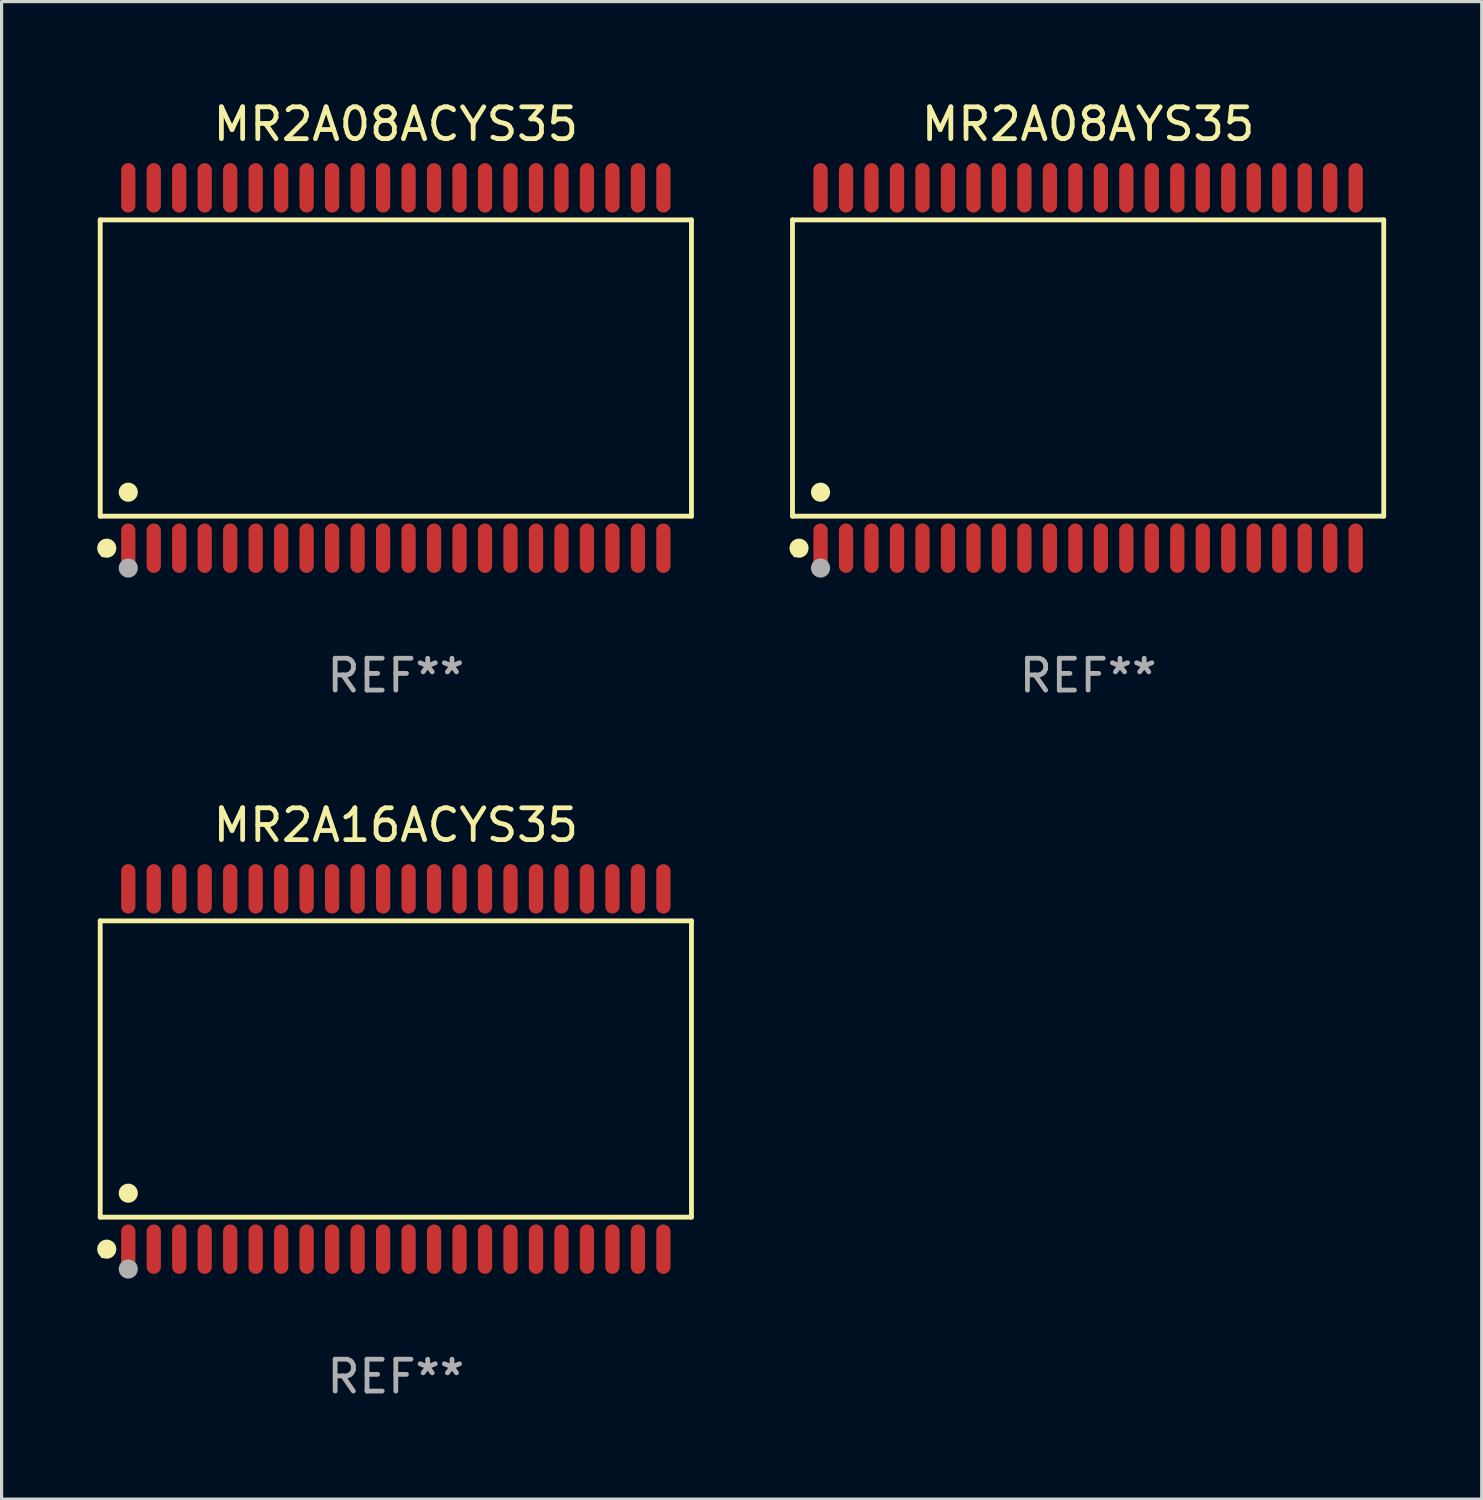
<source format=kicad_pcb>
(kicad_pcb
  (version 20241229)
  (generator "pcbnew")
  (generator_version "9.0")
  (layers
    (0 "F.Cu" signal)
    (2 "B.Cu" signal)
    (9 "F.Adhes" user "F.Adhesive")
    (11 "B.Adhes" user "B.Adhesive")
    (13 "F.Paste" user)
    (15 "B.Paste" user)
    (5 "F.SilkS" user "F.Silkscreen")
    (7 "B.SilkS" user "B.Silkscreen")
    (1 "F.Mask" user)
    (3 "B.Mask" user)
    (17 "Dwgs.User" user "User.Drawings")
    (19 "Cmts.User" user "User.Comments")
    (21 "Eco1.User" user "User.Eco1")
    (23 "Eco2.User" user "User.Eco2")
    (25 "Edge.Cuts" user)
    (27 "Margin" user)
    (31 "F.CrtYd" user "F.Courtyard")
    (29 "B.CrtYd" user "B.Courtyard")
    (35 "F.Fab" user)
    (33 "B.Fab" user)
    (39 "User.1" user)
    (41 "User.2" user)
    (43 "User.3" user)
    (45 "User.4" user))
  (footprint "MR2A08ACYS35"
    (layer "F.Cu")
    (at 9.377 8.504)
    (property "Reference" "MR2A08ACYS35" (at 0 -7.656 0) (layer "F.SilkS") (effects (font (size 1 1) (thickness 0.15))))
    (attr through_hole)
    (fp_line (start -9.281 -4.651) (end 9.281 -4.651) (stroke (width 0.152) (type solid)) (layer "F.SilkS"))
    (fp_line (start -9.281 4.651) (end -9.281 -4.651) (stroke (width 0.152) (type solid)) (layer "F.SilkS"))
    (fp_line (start 9.281 -4.651) (end 9.281 4.651) (stroke (width 0.152) (type solid)) (layer "F.SilkS"))
    (fp_line (start 9.281 4.651) (end -9.281 4.651) (stroke (width 0.152) (type solid)) (layer "F.SilkS"))
    (fp_circle (center -9.205 5.88) (end -9.175 5.88) (stroke (width 0.06) (type solid)) (fill no) (layer "F.SilkS"))
    (fp_circle (center -9.076 5.656) (end -8.926 5.656) (stroke (width 0.3) (type solid)) (fill no) (layer "F.SilkS"))
    (fp_circle (center -8.4 3.899) (end -8.25 3.899) (stroke (width 0.3) (type solid)) (fill no) (layer "F.SilkS"))
    (fp_circle (center -8.4 6.28) (end -8.25 6.28) (stroke (width 0.3) (type solid)) (fill no) (layer "F.Fab"))
    (fp_text user "REF**" (at 0 9.656 0) (layer "F.Fab") (effects (font (size 1 1) (thickness 0.15))))
    (pad "1" smd oval (at -8.4 5.656) (size 0.448 1.551) (layers "F.Cu" "F.Mask" "F.Paste"))
    (pad "2" smd oval (at -7.6 5.656) (size 0.448 1.551) (layers "F.Cu" "F.Mask" "F.Paste"))
    (pad "3" smd oval (at -6.8 5.656) (size 0.448 1.551) (layers "F.Cu" "F.Mask" "F.Paste"))
    (pad "4" smd oval (at -6 5.656) (size 0.448 1.551) (layers "F.Cu" "F.Mask" "F.Paste"))
    (pad "5" smd oval (at -5.2 5.656) (size 0.448 1.551) (layers "F.Cu" "F.Mask" "F.Paste"))
    (pad "6" smd oval (at -4.4 5.656) (size 0.448 1.551) (layers "F.Cu" "F.Mask" "F.Paste"))
    (pad "7" smd oval (at -3.6 5.656) (size 0.448 1.551) (layers "F.Cu" "F.Mask" "F.Paste"))
    (pad "8" smd oval (at -2.8 5.656) (size 0.448 1.551) (layers "F.Cu" "F.Mask" "F.Paste"))
    (pad "9" smd oval (at -2 5.656) (size 0.448 1.551) (layers "F.Cu" "F.Mask" "F.Paste"))
    (pad "10" smd oval (at -1.2 5.656) (size 0.448 1.551) (layers "F.Cu" "F.Mask" "F.Paste"))
    (pad "11" smd oval (at -0.4 5.656) (size 0.448 1.551) (layers "F.Cu" "F.Mask" "F.Paste"))
    (pad "12" smd oval (at 0.4 5.656) (size 0.448 1.551) (layers "F.Cu" "F.Mask" "F.Paste"))
    (pad "13" smd oval (at 1.2 5.656) (size 0.448 1.551) (layers "F.Cu" "F.Mask" "F.Paste"))
    (pad "14" smd oval (at 2 5.656) (size 0.448 1.551) (layers "F.Cu" "F.Mask" "F.Paste"))
    (pad "15" smd oval (at 2.8 5.656) (size 0.448 1.551) (layers "F.Cu" "F.Mask" "F.Paste"))
    (pad "16" smd oval (at 3.6 5.656) (size 0.448 1.551) (layers "F.Cu" "F.Mask" "F.Paste"))
    (pad "17" smd oval (at 4.4 5.656) (size 0.448 1.551) (layers "F.Cu" "F.Mask" "F.Paste"))
    (pad "18" smd oval (at 5.2 5.656) (size 0.448 1.551) (layers "F.Cu" "F.Mask" "F.Paste"))
    (pad "19" smd oval (at 6 5.656) (size 0.448 1.551) (layers "F.Cu" "F.Mask" "F.Paste"))
    (pad "20" smd oval (at 6.8 5.656) (size 0.448 1.551) (layers "F.Cu" "F.Mask" "F.Paste"))
    (pad "21" smd oval (at 7.6 5.656) (size 0.448 1.551) (layers "F.Cu" "F.Mask" "F.Paste"))
    (pad "22" smd oval (at 8.4 5.656) (size 0.448 1.551) (layers "F.Cu" "F.Mask" "F.Paste"))
    (pad "23" smd oval (at 8.4 -5.656) (size 0.448 1.551) (layers "F.Cu" "F.Mask" "F.Paste"))
    (pad "24" smd oval (at 7.6 -5.656) (size 0.448 1.551) (layers "F.Cu" "F.Mask" "F.Paste"))
    (pad "25" smd oval (at 6.8 -5.656) (size 0.448 1.551) (layers "F.Cu" "F.Mask" "F.Paste"))
    (pad "26" smd oval (at 6 -5.656) (size 0.448 1.551) (layers "F.Cu" "F.Mask" "F.Paste"))
    (pad "27" smd oval (at 5.2 -5.656) (size 0.448 1.551) (layers "F.Cu" "F.Mask" "F.Paste"))
    (pad "28" smd oval (at 4.4 -5.656) (size 0.448 1.551) (layers "F.Cu" "F.Mask" "F.Paste"))
    (pad "29" smd oval (at 3.6 -5.656) (size 0.448 1.551) (layers "F.Cu" "F.Mask" "F.Paste"))
    (pad "30" smd oval (at 2.8 -5.656) (size 0.448 1.551) (layers "F.Cu" "F.Mask" "F.Paste"))
    (pad "31" smd oval (at 2 -5.656) (size 0.448 1.551) (layers "F.Cu" "F.Mask" "F.Paste"))
    (pad "32" smd oval (at 1.2 -5.656) (size 0.448 1.551) (layers "F.Cu" "F.Mask" "F.Paste"))
    (pad "33" smd oval (at 0.4 -5.656) (size 0.448 1.551) (layers "F.Cu" "F.Mask" "F.Paste"))
    (pad "34" smd oval (at -0.4 -5.656) (size 0.448 1.551) (layers "F.Cu" "F.Mask" "F.Paste"))
    (pad "35" smd oval (at -1.2 -5.656) (size 0.448 1.551) (layers "F.Cu" "F.Mask" "F.Paste"))
    (pad "36" smd oval (at -2 -5.656) (size 0.448 1.551) (layers "F.Cu" "F.Mask" "F.Paste"))
    (pad "37" smd oval (at -2.8 -5.656) (size 0.448 1.551) (layers "F.Cu" "F.Mask" "F.Paste"))
    (pad "38" smd oval (at -3.6 -5.656) (size 0.448 1.551) (layers "F.Cu" "F.Mask" "F.Paste"))
    (pad "39" smd oval (at -4.4 -5.656) (size 0.448 1.551) (layers "F.Cu" "F.Mask" "F.Paste"))
    (pad "40" smd oval (at -5.2 -5.656) (size 0.448 1.551) (layers "F.Cu" "F.Mask" "F.Paste"))
    (pad "41" smd oval (at -6 -5.656) (size 0.448 1.551) (layers "F.Cu" "F.Mask" "F.Paste"))
    (pad "42" smd oval (at -6.8 -5.656) (size 0.448 1.551) (layers "F.Cu" "F.Mask" "F.Paste"))
    (pad "43" smd oval (at -7.6 -5.656) (size 0.448 1.551) (layers "F.Cu" "F.Mask" "F.Paste"))
    (pad "44" smd oval (at -8.4 -5.656) (size 0.448 1.551) (layers "F.Cu" "F.Mask" "F.Paste")))
  (footprint "MR2A08AYS35"
    (layer "F.Cu")
    (at 31.111 8.504)
    (property "Reference" "MR2A08AYS35" (at 0 -7.656 0) (layer "F.SilkS") (effects (font (size 1 1) (thickness 0.15))))
    (attr through_hole)
    (fp_line (start -9.281 -4.651) (end 9.281 -4.651) (stroke (width 0.152) (type solid)) (layer "F.SilkS"))
    (fp_line (start -9.281 4.651) (end -9.281 -4.651) (stroke (width 0.152) (type solid)) (layer "F.SilkS"))
    (fp_line (start 9.281 -4.651) (end 9.281 4.651) (stroke (width 0.152) (type solid)) (layer "F.SilkS"))
    (fp_line (start 9.281 4.651) (end -9.281 4.651) (stroke (width 0.152) (type solid)) (layer "F.SilkS"))
    (fp_circle (center -9.205 5.88) (end -9.175 5.88) (stroke (width 0.06) (type solid)) (fill no) (layer "F.SilkS"))
    (fp_circle (center -9.076 5.656) (end -8.926 5.656) (stroke (width 0.3) (type solid)) (fill no) (layer "F.SilkS"))
    (fp_circle (center -8.4 3.899) (end -8.25 3.899) (stroke (width 0.3) (type solid)) (fill no) (layer "F.SilkS"))
    (fp_circle (center -8.4 6.28) (end -8.25 6.28) (stroke (width 0.3) (type solid)) (fill no) (layer "F.Fab"))
    (fp_text user "REF**" (at 0 9.656 0) (layer "F.Fab") (effects (font (size 1 1) (thickness 0.15))))
    (pad "1" smd oval (at -8.4 5.656) (size 0.448 1.551) (layers "F.Cu" "F.Mask" "F.Paste"))
    (pad "2" smd oval (at -7.6 5.656) (size 0.448 1.551) (layers "F.Cu" "F.Mask" "F.Paste"))
    (pad "3" smd oval (at -6.8 5.656) (size 0.448 1.551) (layers "F.Cu" "F.Mask" "F.Paste"))
    (pad "4" smd oval (at -6 5.656) (size 0.448 1.551) (layers "F.Cu" "F.Mask" "F.Paste"))
    (pad "5" smd oval (at -5.2 5.656) (size 0.448 1.551) (layers "F.Cu" "F.Mask" "F.Paste"))
    (pad "6" smd oval (at -4.4 5.656) (size 0.448 1.551) (layers "F.Cu" "F.Mask" "F.Paste"))
    (pad "7" smd oval (at -3.6 5.656) (size 0.448 1.551) (layers "F.Cu" "F.Mask" "F.Paste"))
    (pad "8" smd oval (at -2.8 5.656) (size 0.448 1.551) (layers "F.Cu" "F.Mask" "F.Paste"))
    (pad "9" smd oval (at -2 5.656) (size 0.448 1.551) (layers "F.Cu" "F.Mask" "F.Paste"))
    (pad "10" smd oval (at -1.2 5.656) (size 0.448 1.551) (layers "F.Cu" "F.Mask" "F.Paste"))
    (pad "11" smd oval (at -0.4 5.656) (size 0.448 1.551) (layers "F.Cu" "F.Mask" "F.Paste"))
    (pad "12" smd oval (at 0.4 5.656) (size 0.448 1.551) (layers "F.Cu" "F.Mask" "F.Paste"))
    (pad "13" smd oval (at 1.2 5.656) (size 0.448 1.551) (layers "F.Cu" "F.Mask" "F.Paste"))
    (pad "14" smd oval (at 2 5.656) (size 0.448 1.551) (layers "F.Cu" "F.Mask" "F.Paste"))
    (pad "15" smd oval (at 2.8 5.656) (size 0.448 1.551) (layers "F.Cu" "F.Mask" "F.Paste"))
    (pad "16" smd oval (at 3.6 5.656) (size 0.448 1.551) (layers "F.Cu" "F.Mask" "F.Paste"))
    (pad "17" smd oval (at 4.4 5.656) (size 0.448 1.551) (layers "F.Cu" "F.Mask" "F.Paste"))
    (pad "18" smd oval (at 5.2 5.656) (size 0.448 1.551) (layers "F.Cu" "F.Mask" "F.Paste"))
    (pad "19" smd oval (at 6 5.656) (size 0.448 1.551) (layers "F.Cu" "F.Mask" "F.Paste"))
    (pad "20" smd oval (at 6.8 5.656) (size 0.448 1.551) (layers "F.Cu" "F.Mask" "F.Paste"))
    (pad "21" smd oval (at 7.6 5.656) (size 0.448 1.551) (layers "F.Cu" "F.Mask" "F.Paste"))
    (pad "22" smd oval (at 8.4 5.656) (size 0.448 1.551) (layers "F.Cu" "F.Mask" "F.Paste"))
    (pad "23" smd oval (at 8.4 -5.656) (size 0.448 1.551) (layers "F.Cu" "F.Mask" "F.Paste"))
    (pad "24" smd oval (at 7.6 -5.656) (size 0.448 1.551) (layers "F.Cu" "F.Mask" "F.Paste"))
    (pad "25" smd oval (at 6.8 -5.656) (size 0.448 1.551) (layers "F.Cu" "F.Mask" "F.Paste"))
    (pad "26" smd oval (at 6 -5.656) (size 0.448 1.551) (layers "F.Cu" "F.Mask" "F.Paste"))
    (pad "27" smd oval (at 5.2 -5.656) (size 0.448 1.551) (layers "F.Cu" "F.Mask" "F.Paste"))
    (pad "28" smd oval (at 4.4 -5.656) (size 0.448 1.551) (layers "F.Cu" "F.Mask" "F.Paste"))
    (pad "29" smd oval (at 3.6 -5.656) (size 0.448 1.551) (layers "F.Cu" "F.Mask" "F.Paste"))
    (pad "30" smd oval (at 2.8 -5.656) (size 0.448 1.551) (layers "F.Cu" "F.Mask" "F.Paste"))
    (pad "31" smd oval (at 2 -5.656) (size 0.448 1.551) (layers "F.Cu" "F.Mask" "F.Paste"))
    (pad "32" smd oval (at 1.2 -5.656) (size 0.448 1.551) (layers "F.Cu" "F.Mask" "F.Paste"))
    (pad "33" smd oval (at 0.4 -5.656) (size 0.448 1.551) (layers "F.Cu" "F.Mask" "F.Paste"))
    (pad "34" smd oval (at -0.4 -5.656) (size 0.448 1.551) (layers "F.Cu" "F.Mask" "F.Paste"))
    (pad "35" smd oval (at -1.2 -5.656) (size 0.448 1.551) (layers "F.Cu" "F.Mask" "F.Paste"))
    (pad "36" smd oval (at -2 -5.656) (size 0.448 1.551) (layers "F.Cu" "F.Mask" "F.Paste"))
    (pad "37" smd oval (at -2.8 -5.656) (size 0.448 1.551) (layers "F.Cu" "F.Mask" "F.Paste"))
    (pad "38" smd oval (at -3.6 -5.656) (size 0.448 1.551) (layers "F.Cu" "F.Mask" "F.Paste"))
    (pad "39" smd oval (at -4.4 -5.656) (size 0.448 1.551) (layers "F.Cu" "F.Mask" "F.Paste"))
    (pad "40" smd oval (at -5.2 -5.656) (size 0.448 1.551) (layers "F.Cu" "F.Mask" "F.Paste"))
    (pad "41" smd oval (at -6 -5.656) (size 0.448 1.551) (layers "F.Cu" "F.Mask" "F.Paste"))
    (pad "42" smd oval (at -6.8 -5.656) (size 0.448 1.551) (layers "F.Cu" "F.Mask" "F.Paste"))
    (pad "43" smd oval (at -7.6 -5.656) (size 0.448 1.551) (layers "F.Cu" "F.Mask" "F.Paste"))
    (pad "44" smd oval (at -8.4 -5.656) (size 0.448 1.551) (layers "F.Cu" "F.Mask" "F.Paste")))
  (footprint "MR2A16ACYS35"
    (layer "F.Cu")
    (at 9.377 30.511)
    (property "Reference" "MR2A16ACYS35" (at 0 -7.656 0) (layer "F.SilkS") (effects (font (size 1 1) (thickness 0.15))))
    (attr through_hole)
    (fp_line (start -9.281 -4.651) (end 9.281 -4.651) (stroke (width 0.152) (type solid)) (layer "F.SilkS"))
    (fp_line (start -9.281 4.651) (end -9.281 -4.651) (stroke (width 0.152) (type solid)) (layer "F.SilkS"))
    (fp_line (start 9.281 -4.651) (end 9.281 4.651) (stroke (width 0.152) (type solid)) (layer "F.SilkS"))
    (fp_line (start 9.281 4.651) (end -9.281 4.651) (stroke (width 0.152) (type solid)) (layer "F.SilkS"))
    (fp_circle (center -9.205 5.88) (end -9.175 5.88) (stroke (width 0.06) (type solid)) (fill no) (layer "F.SilkS"))
    (fp_circle (center -9.076 5.656) (end -8.926 5.656) (stroke (width 0.3) (type solid)) (fill no) (layer "F.SilkS"))
    (fp_circle (center -8.4 3.899) (end -8.25 3.899) (stroke (width 0.3) (type solid)) (fill no) (layer "F.SilkS"))
    (fp_circle (center -8.4 6.28) (end -8.25 6.28) (stroke (width 0.3) (type solid)) (fill no) (layer "F.Fab"))
    (fp_text user "REF**" (at 0 9.656 0) (layer "F.Fab") (effects (font (size 1 1) (thickness 0.15))))
    (pad "1" smd oval (at -8.4 5.656) (size 0.448 1.551) (layers "F.Cu" "F.Mask" "F.Paste"))
    (pad "2" smd oval (at -7.6 5.656) (size 0.448 1.551) (layers "F.Cu" "F.Mask" "F.Paste"))
    (pad "3" smd oval (at -6.8 5.656) (size 0.448 1.551) (layers "F.Cu" "F.Mask" "F.Paste"))
    (pad "4" smd oval (at -6 5.656) (size 0.448 1.551) (layers "F.Cu" "F.Mask" "F.Paste"))
    (pad "5" smd oval (at -5.2 5.656) (size 0.448 1.551) (layers "F.Cu" "F.Mask" "F.Paste"))
    (pad "6" smd oval (at -4.4 5.656) (size 0.448 1.551) (layers "F.Cu" "F.Mask" "F.Paste"))
    (pad "7" smd oval (at -3.6 5.656) (size 0.448 1.551) (layers "F.Cu" "F.Mask" "F.Paste"))
    (pad "8" smd oval (at -2.8 5.656) (size 0.448 1.551) (layers "F.Cu" "F.Mask" "F.Paste"))
    (pad "9" smd oval (at -2 5.656) (size 0.448 1.551) (layers "F.Cu" "F.Mask" "F.Paste"))
    (pad "10" smd oval (at -1.2 5.656) (size 0.448 1.551) (layers "F.Cu" "F.Mask" "F.Paste"))
    (pad "11" smd oval (at -0.4 5.656) (size 0.448 1.551) (layers "F.Cu" "F.Mask" "F.Paste"))
    (pad "12" smd oval (at 0.4 5.656) (size 0.448 1.551) (layers "F.Cu" "F.Mask" "F.Paste"))
    (pad "13" smd oval (at 1.2 5.656) (size 0.448 1.551) (layers "F.Cu" "F.Mask" "F.Paste"))
    (pad "14" smd oval (at 2 5.656) (size 0.448 1.551) (layers "F.Cu" "F.Mask" "F.Paste"))
    (pad "15" smd oval (at 2.8 5.656) (size 0.448 1.551) (layers "F.Cu" "F.Mask" "F.Paste"))
    (pad "16" smd oval (at 3.6 5.656) (size 0.448 1.551) (layers "F.Cu" "F.Mask" "F.Paste"))
    (pad "17" smd oval (at 4.4 5.656) (size 0.448 1.551) (layers "F.Cu" "F.Mask" "F.Paste"))
    (pad "18" smd oval (at 5.2 5.656) (size 0.448 1.551) (layers "F.Cu" "F.Mask" "F.Paste"))
    (pad "19" smd oval (at 6 5.656) (size 0.448 1.551) (layers "F.Cu" "F.Mask" "F.Paste"))
    (pad "20" smd oval (at 6.8 5.656) (size 0.448 1.551) (layers "F.Cu" "F.Mask" "F.Paste"))
    (pad "21" smd oval (at 7.6 5.656) (size 0.448 1.551) (layers "F.Cu" "F.Mask" "F.Paste"))
    (pad "22" smd oval (at 8.4 5.656) (size 0.448 1.551) (layers "F.Cu" "F.Mask" "F.Paste"))
    (pad "23" smd oval (at 8.4 -5.656) (size 0.448 1.551) (layers "F.Cu" "F.Mask" "F.Paste"))
    (pad "24" smd oval (at 7.6 -5.656) (size 0.448 1.551) (layers "F.Cu" "F.Mask" "F.Paste"))
    (pad "25" smd oval (at 6.8 -5.656) (size 0.448 1.551) (layers "F.Cu" "F.Mask" "F.Paste"))
    (pad "26" smd oval (at 6 -5.656) (size 0.448 1.551) (layers "F.Cu" "F.Mask" "F.Paste"))
    (pad "27" smd oval (at 5.2 -5.656) (size 0.448 1.551) (layers "F.Cu" "F.Mask" "F.Paste"))
    (pad "28" smd oval (at 4.4 -5.656) (size 0.448 1.551) (layers "F.Cu" "F.Mask" "F.Paste"))
    (pad "29" smd oval (at 3.6 -5.656) (size 0.448 1.551) (layers "F.Cu" "F.Mask" "F.Paste"))
    (pad "30" smd oval (at 2.8 -5.656) (size 0.448 1.551) (layers "F.Cu" "F.Mask" "F.Paste"))
    (pad "31" smd oval (at 2 -5.656) (size 0.448 1.551) (layers "F.Cu" "F.Mask" "F.Paste"))
    (pad "32" smd oval (at 1.2 -5.656) (size 0.448 1.551) (layers "F.Cu" "F.Mask" "F.Paste"))
    (pad "33" smd oval (at 0.4 -5.656) (size 0.448 1.551) (layers "F.Cu" "F.Mask" "F.Paste"))
    (pad "34" smd oval (at -0.4 -5.656) (size 0.448 1.551) (layers "F.Cu" "F.Mask" "F.Paste"))
    (pad "35" smd oval (at -1.2 -5.656) (size 0.448 1.551) (layers "F.Cu" "F.Mask" "F.Paste"))
    (pad "36" smd oval (at -2 -5.656) (size 0.448 1.551) (layers "F.Cu" "F.Mask" "F.Paste"))
    (pad "37" smd oval (at -2.8 -5.656) (size 0.448 1.551) (layers "F.Cu" "F.Mask" "F.Paste"))
    (pad "38" smd oval (at -3.6 -5.656) (size 0.448 1.551) (layers "F.Cu" "F.Mask" "F.Paste"))
    (pad "39" smd oval (at -4.4 -5.656) (size 0.448 1.551) (layers "F.Cu" "F.Mask" "F.Paste"))
    (pad "40" smd oval (at -5.2 -5.656) (size 0.448 1.551) (layers "F.Cu" "F.Mask" "F.Paste"))
    (pad "41" smd oval (at -6 -5.656) (size 0.448 1.551) (layers "F.Cu" "F.Mask" "F.Paste"))
    (pad "42" smd oval (at -6.8 -5.656) (size 0.448 1.551) (layers "F.Cu" "F.Mask" "F.Paste"))
    (pad "43" smd oval (at -7.6 -5.656) (size 0.448 1.551) (layers "F.Cu" "F.Mask" "F.Paste"))
    (pad "44" smd oval (at -8.4 -5.656) (size 0.448 1.551) (layers "F.Cu" "F.Mask" "F.Paste")))
  (gr_rect
    (start -3 -3)
    (end 43.468 44.015)
    (stroke (width 0.1) (type default))
    (fill no)
    (layer "Edge.Cuts")))
</source>
